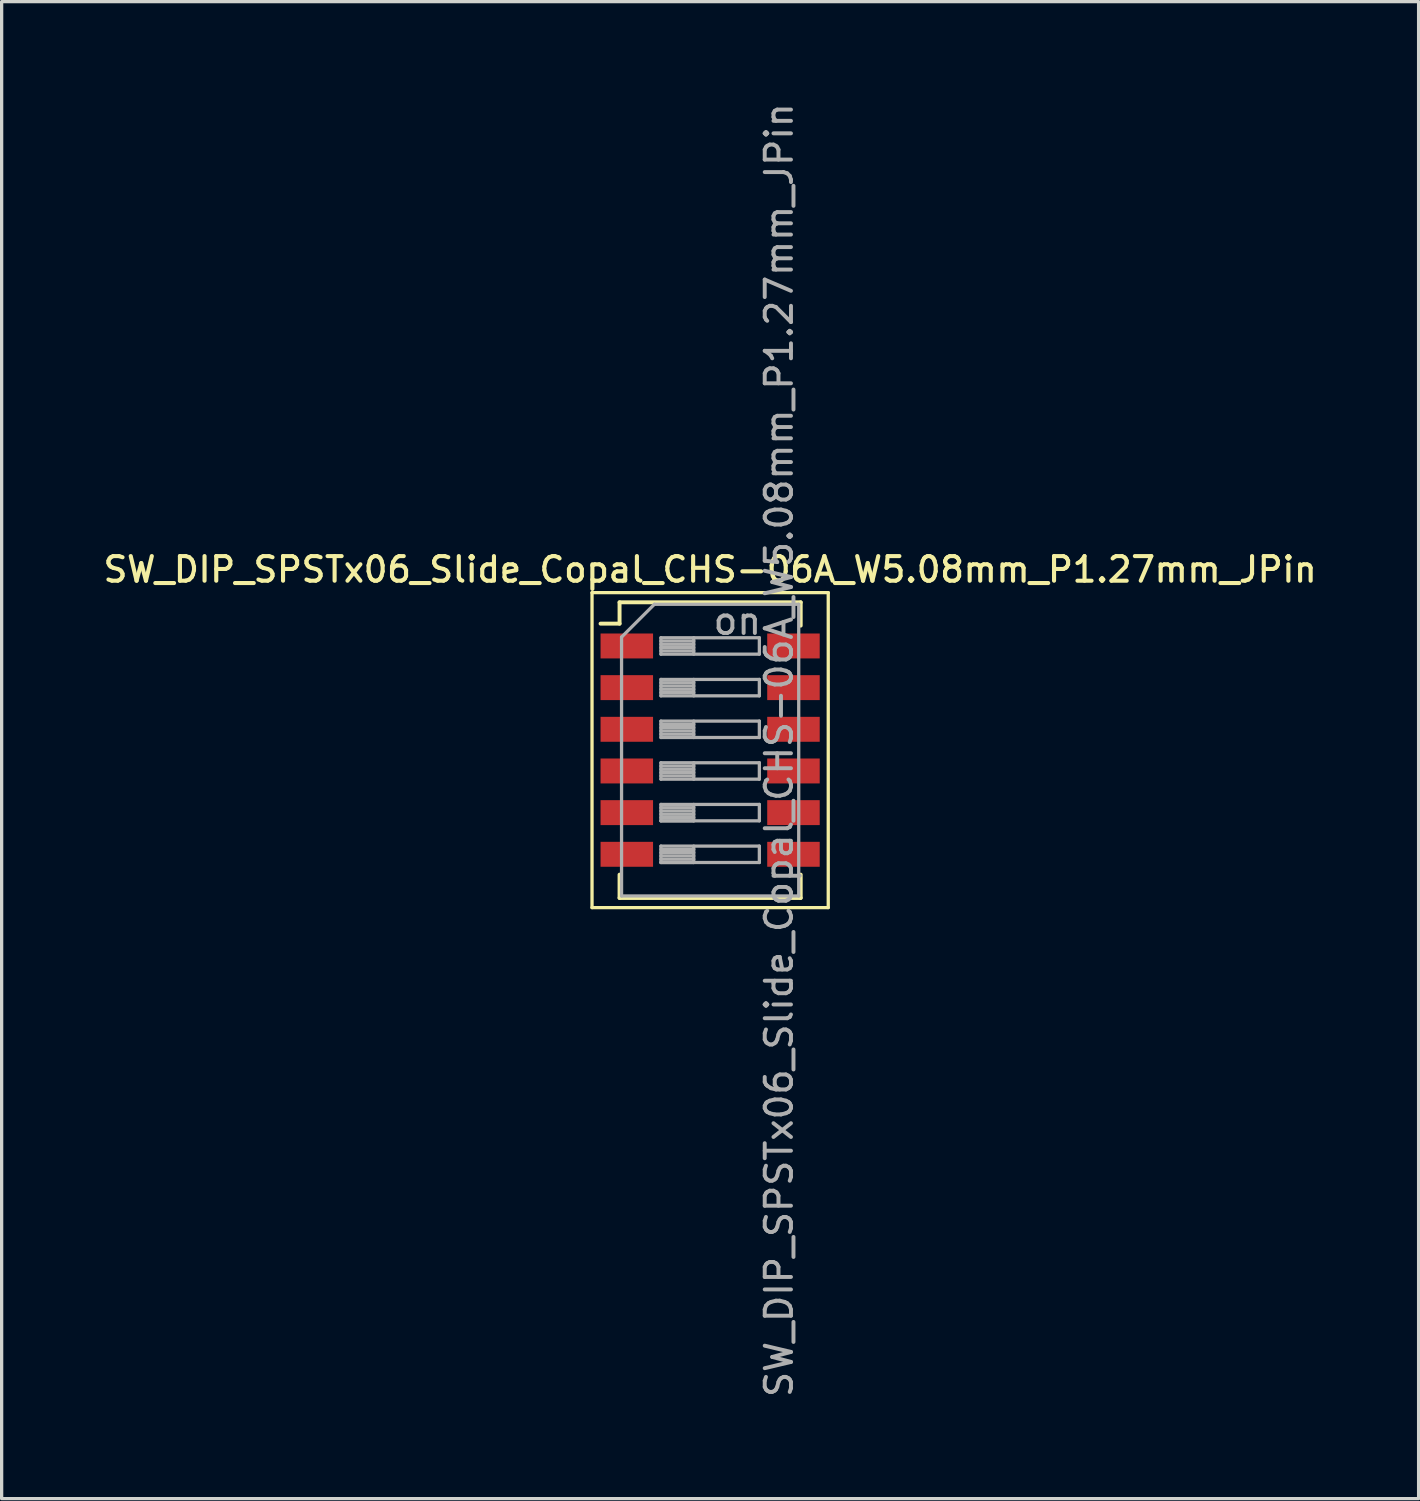
<source format=kicad_pcb>
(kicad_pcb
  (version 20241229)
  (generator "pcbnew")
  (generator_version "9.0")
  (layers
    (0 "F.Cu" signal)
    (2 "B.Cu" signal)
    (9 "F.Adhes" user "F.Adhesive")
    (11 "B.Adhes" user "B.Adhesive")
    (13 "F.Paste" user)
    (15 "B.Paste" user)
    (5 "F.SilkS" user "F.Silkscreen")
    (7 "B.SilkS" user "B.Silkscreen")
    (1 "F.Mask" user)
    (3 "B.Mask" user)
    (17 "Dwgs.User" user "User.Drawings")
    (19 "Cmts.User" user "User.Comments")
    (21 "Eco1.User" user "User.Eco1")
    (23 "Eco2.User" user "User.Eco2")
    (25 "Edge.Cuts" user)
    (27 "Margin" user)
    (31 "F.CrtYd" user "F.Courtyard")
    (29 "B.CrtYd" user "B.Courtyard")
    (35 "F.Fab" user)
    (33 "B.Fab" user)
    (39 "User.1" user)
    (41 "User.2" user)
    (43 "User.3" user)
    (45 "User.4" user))
  (footprint "SW_DIP_SPSTx06_Slide_Copal_CHS-06A_W5.08mm_P1.27mm_JPin"
    (layer "F.Cu")
    (at 18.595 19.814)
    (property "Reference" "SW_DIP_SPSTx06_Slide_Copal_CHS-06A_W5.08mm_P1.27mm_JPin" (at 0 -5.505 0) (layer "F.SilkS") (effects (font (size 0.75 0.75) (thickness 0.125))))
    (attr smd)
    (fp_line (start -3.6 -4.8) (end -3.6 4.8) (stroke (width 0.1) (type solid)) (layer "F.SilkS"))
    (fp_line (start -3.6 4.8) (end 3.6 4.8) (stroke (width 0.1) (type solid)) (layer "F.SilkS"))
    (fp_line (start -3.34 -3.855) (end -2.761 -3.855) (stroke (width 0.12) (type solid)) (layer "F.SilkS"))
    (fp_line (start -2.761 -4.505) (end -2.761 -3.855) (stroke (width 0.12) (type solid)) (layer "F.SilkS"))
    (fp_line (start -2.761 -4.505) (end 2.76 -4.505) (stroke (width 0.12) (type solid)) (layer "F.SilkS"))
    (fp_line (start -2.761 3.795) (end -2.761 4.505) (stroke (width 0.12) (type solid)) (layer "F.SilkS"))
    (fp_line (start -2.761 4.505) (end 2.76 4.505) (stroke (width 0.12) (type solid)) (layer "F.SilkS"))
    (fp_line (start 2.76 -4.505) (end 2.76 -3.795) (stroke (width 0.12) (type solid)) (layer "F.SilkS"))
    (fp_line (start 2.76 3.795) (end 2.76 4.505) (stroke (width 0.12) (type solid)) (layer "F.SilkS"))
    (fp_line (start 3.6 -4.8) (end -3.6 -4.8) (stroke (width 0.1) (type solid)) (layer "F.SilkS"))
    (fp_line (start 3.6 4.8) (end 3.6 -4.8) (stroke (width 0.1) (type solid)) (layer "F.SilkS"))
    (fp_line (start -2.7 -3.445) (end -1.7 -4.445) (stroke (width 0.1) (type solid)) (layer "F.Fab"))
    (fp_line (start -2.7 4.445) (end -2.7 -3.445) (stroke (width 0.1) (type solid)) (layer "F.Fab"))
    (fp_line (start -1.7 -4.445) (end 2.7 -4.445) (stroke (width 0.1) (type solid)) (layer "F.Fab"))
    (fp_line (start -1.5 -3.425) (end -1.5 -2.925) (stroke (width 0.1) (type solid)) (layer "F.Fab"))
    (fp_line (start -1.5 -3.325) (end -0.5 -3.325) (stroke (width 0.1) (type solid)) (layer "F.Fab"))
    (fp_line (start -1.5 -3.225) (end -0.5 -3.225) (stroke (width 0.1) (type solid)) (layer "F.Fab"))
    (fp_line (start -1.5 -3.125) (end -0.5 -3.125) (stroke (width 0.1) (type solid)) (layer "F.Fab"))
    (fp_line (start -1.5 -3.025) (end -0.5 -3.025) (stroke (width 0.1) (type solid)) (layer "F.Fab"))
    (fp_line (start -1.5 -2.925) (end 1.5 -2.925) (stroke (width 0.1) (type solid)) (layer "F.Fab"))
    (fp_line (start -1.5 -2.155) (end -1.5 -1.655) (stroke (width 0.1) (type solid)) (layer "F.Fab"))
    (fp_line (start -1.5 -2.055) (end -0.5 -2.055) (stroke (width 0.1) (type solid)) (layer "F.Fab"))
    (fp_line (start -1.5 -1.955) (end -0.5 -1.955) (stroke (width 0.1) (type solid)) (layer "F.Fab"))
    (fp_line (start -1.5 -1.855) (end -0.5 -1.855) (stroke (width 0.1) (type solid)) (layer "F.Fab"))
    (fp_line (start -1.5 -1.755) (end -0.5 -1.755) (stroke (width 0.1) (type solid)) (layer "F.Fab"))
    (fp_line (start -1.5 -1.655) (end 1.5 -1.655) (stroke (width 0.1) (type solid)) (layer "F.Fab"))
    (fp_line (start -1.5 -0.885) (end -1.5 -0.385) (stroke (width 0.1) (type solid)) (layer "F.Fab"))
    (fp_line (start -1.5 -0.785) (end -0.5 -0.785) (stroke (width 0.1) (type solid)) (layer "F.Fab"))
    (fp_line (start -1.5 -0.685) (end -0.5 -0.685) (stroke (width 0.1) (type solid)) (layer "F.Fab"))
    (fp_line (start -1.5 -0.585) (end -0.5 -0.585) (stroke (width 0.1) (type solid)) (layer "F.Fab"))
    (fp_line (start -1.5 -0.485) (end -0.5 -0.485) (stroke (width 0.1) (type solid)) (layer "F.Fab"))
    (fp_line (start -1.5 -0.385) (end 1.5 -0.385) (stroke (width 0.1) (type solid)) (layer "F.Fab"))
    (fp_line (start -1.5 0.385) (end -1.5 0.885) (stroke (width 0.1) (type solid)) (layer "F.Fab"))
    (fp_line (start -1.5 0.485) (end -0.5 0.485) (stroke (width 0.1) (type solid)) (layer "F.Fab"))
    (fp_line (start -1.5 0.585) (end -0.5 0.585) (stroke (width 0.1) (type solid)) (layer "F.Fab"))
    (fp_line (start -1.5 0.685) (end -0.5 0.685) (stroke (width 0.1) (type solid)) (layer "F.Fab"))
    (fp_line (start -1.5 0.785) (end -0.5 0.785) (stroke (width 0.1) (type solid)) (layer "F.Fab"))
    (fp_line (start -1.5 0.885) (end 1.5 0.885) (stroke (width 0.1) (type solid)) (layer "F.Fab"))
    (fp_line (start -1.5 1.655) (end -1.5 2.155) (stroke (width 0.1) (type solid)) (layer "F.Fab"))
    (fp_line (start -1.5 1.755) (end -0.5 1.755) (stroke (width 0.1) (type solid)) (layer "F.Fab"))
    (fp_line (start -1.5 1.855) (end -0.5 1.855) (stroke (width 0.1) (type solid)) (layer "F.Fab"))
    (fp_line (start -1.5 1.955) (end -0.5 1.955) (stroke (width 0.1) (type solid)) (layer "F.Fab"))
    (fp_line (start -1.5 2.055) (end -0.5 2.055) (stroke (width 0.1) (type solid)) (layer "F.Fab"))
    (fp_line (start -1.5 2.155) (end -0.5 2.155) (stroke (width 0.1) (type solid)) (layer "F.Fab"))
    (fp_line (start -1.5 2.155) (end 1.5 2.155) (stroke (width 0.1) (type solid)) (layer "F.Fab"))
    (fp_line (start -1.5 2.925) (end -1.5 3.425) (stroke (width 0.1) (type solid)) (layer "F.Fab"))
    (fp_line (start -1.5 3.025) (end -0.5 3.025) (stroke (width 0.1) (type solid)) (layer "F.Fab"))
    (fp_line (start -1.5 3.125) (end -0.5 3.125) (stroke (width 0.1) (type solid)) (layer "F.Fab"))
    (fp_line (start -1.5 3.225) (end -0.5 3.225) (stroke (width 0.1) (type solid)) (layer "F.Fab"))
    (fp_line (start -1.5 3.325) (end -0.5 3.325) (stroke (width 0.1) (type solid)) (layer "F.Fab"))
    (fp_line (start -1.5 3.425) (end -0.5 3.425) (stroke (width 0.1) (type solid)) (layer "F.Fab"))
    (fp_line (start -1.5 3.425) (end 1.5 3.425) (stroke (width 0.1) (type solid)) (layer "F.Fab"))
    (fp_line (start -0.5 -3.425) (end -0.5 -2.925) (stroke (width 0.1) (type solid)) (layer "F.Fab"))
    (fp_line (start -0.5 -2.155) (end -0.5 -1.655) (stroke (width 0.1) (type solid)) (layer "F.Fab"))
    (fp_line (start -0.5 -0.885) (end -0.5 -0.385) (stroke (width 0.1) (type solid)) (layer "F.Fab"))
    (fp_line (start -0.5 0.385) (end -0.5 0.885) (stroke (width 0.1) (type solid)) (layer "F.Fab"))
    (fp_line (start -0.5 1.655) (end -0.5 2.155) (stroke (width 0.1) (type solid)) (layer "F.Fab"))
    (fp_line (start -0.5 2.925) (end -0.5 3.425) (stroke (width 0.1) (type solid)) (layer "F.Fab"))
    (fp_line (start 1.5 -3.425) (end -1.5 -3.425) (stroke (width 0.1) (type solid)) (layer "F.Fab"))
    (fp_line (start 1.5 -2.925) (end 1.5 -3.425) (stroke (width 0.1) (type solid)) (layer "F.Fab"))
    (fp_line (start 1.5 -2.155) (end -1.5 -2.155) (stroke (width 0.1) (type solid)) (layer "F.Fab"))
    (fp_line (start 1.5 -1.655) (end 1.5 -2.155) (stroke (width 0.1) (type solid)) (layer "F.Fab"))
    (fp_line (start 1.5 -0.885) (end -1.5 -0.885) (stroke (width 0.1) (type solid)) (layer "F.Fab"))
    (fp_line (start 1.5 -0.385) (end 1.5 -0.885) (stroke (width 0.1) (type solid)) (layer "F.Fab"))
    (fp_line (start 1.5 0.385) (end -1.5 0.385) (stroke (width 0.1) (type solid)) (layer "F.Fab"))
    (fp_line (start 1.5 0.885) (end 1.5 0.385) (stroke (width 0.1) (type solid)) (layer "F.Fab"))
    (fp_line (start 1.5 1.655) (end -1.5 1.655) (stroke (width 0.1) (type solid)) (layer "F.Fab"))
    (fp_line (start 1.5 2.155) (end 1.5 1.655) (stroke (width 0.1) (type solid)) (layer "F.Fab"))
    (fp_line (start 1.5 2.925) (end -1.5 2.925) (stroke (width 0.1) (type solid)) (layer "F.Fab"))
    (fp_line (start 1.5 3.425) (end 1.5 2.925) (stroke (width 0.1) (type solid)) (layer "F.Fab"))
    (fp_line (start 2.7 -4.445) (end 2.7 4.445) (stroke (width 0.1) (type solid)) (layer "F.Fab"))
    (fp_line (start 2.7 4.445) (end -2.7 4.445) (stroke (width 0.1) (type solid)) (layer "F.Fab"))
    (fp_text user "${REFERENCE}" (at 2.1 0 90) (layer "F.Fab") (effects (font (size 0.8 0.8) (thickness 0.12))))
    (fp_text user "on" (at 0.83 -3.935 0) (layer "F.Fab") (effects (font (size 0.8 0.8) (thickness 0.12))))
    (pad "1" smd rect (at -2.54 -3.175) (size 1.6 0.76) (layers "F.Cu" "F.Mask" "F.Paste"))
    (pad "2" smd rect (at -2.54 -1.905) (size 1.6 0.76) (layers "F.Cu" "F.Mask" "F.Paste"))
    (pad "3" smd rect (at -2.54 -0.635) (size 1.6 0.76) (layers "F.Cu" "F.Mask" "F.Paste"))
    (pad "4" smd rect (at -2.54 0.635) (size 1.6 0.76) (layers "F.Cu" "F.Mask" "F.Paste"))
    (pad "5" smd rect (at -2.54 1.905) (size 1.6 0.76) (layers "F.Cu" "F.Mask" "F.Paste"))
    (pad "6" smd rect (at -2.54 3.175) (size 1.6 0.76) (layers "F.Cu" "F.Mask" "F.Paste"))
    (pad "7" smd rect (at 2.54 3.175) (size 1.6 0.76) (layers "F.Cu" "F.Mask" "F.Paste"))
    (pad "8" smd rect (at 2.54 1.905) (size 1.6 0.76) (layers "F.Cu" "F.Mask" "F.Paste"))
    (pad "9" smd rect (at 2.54 0.635) (size 1.6 0.76) (layers "F.Cu" "F.Mask" "F.Paste"))
    (pad "10" smd rect (at 2.54 -0.635) (size 1.6 0.76) (layers "F.Cu" "F.Mask" "F.Paste"))
    (pad "11" smd rect (at 2.54 -1.905) (size 1.6 0.76) (layers "F.Cu" "F.Mask" "F.Paste"))
    (pad "12" smd rect (at 2.54 -3.175) (size 1.6 0.76) (layers "F.Cu" "F.Mask" "F.Paste")))
  (gr_rect
    (start -3 -3)
    (end 40.189 42.629)
    (stroke (width 0.1) (type default))
    (fill no)
    (layer "Edge.Cuts")))
</source>
